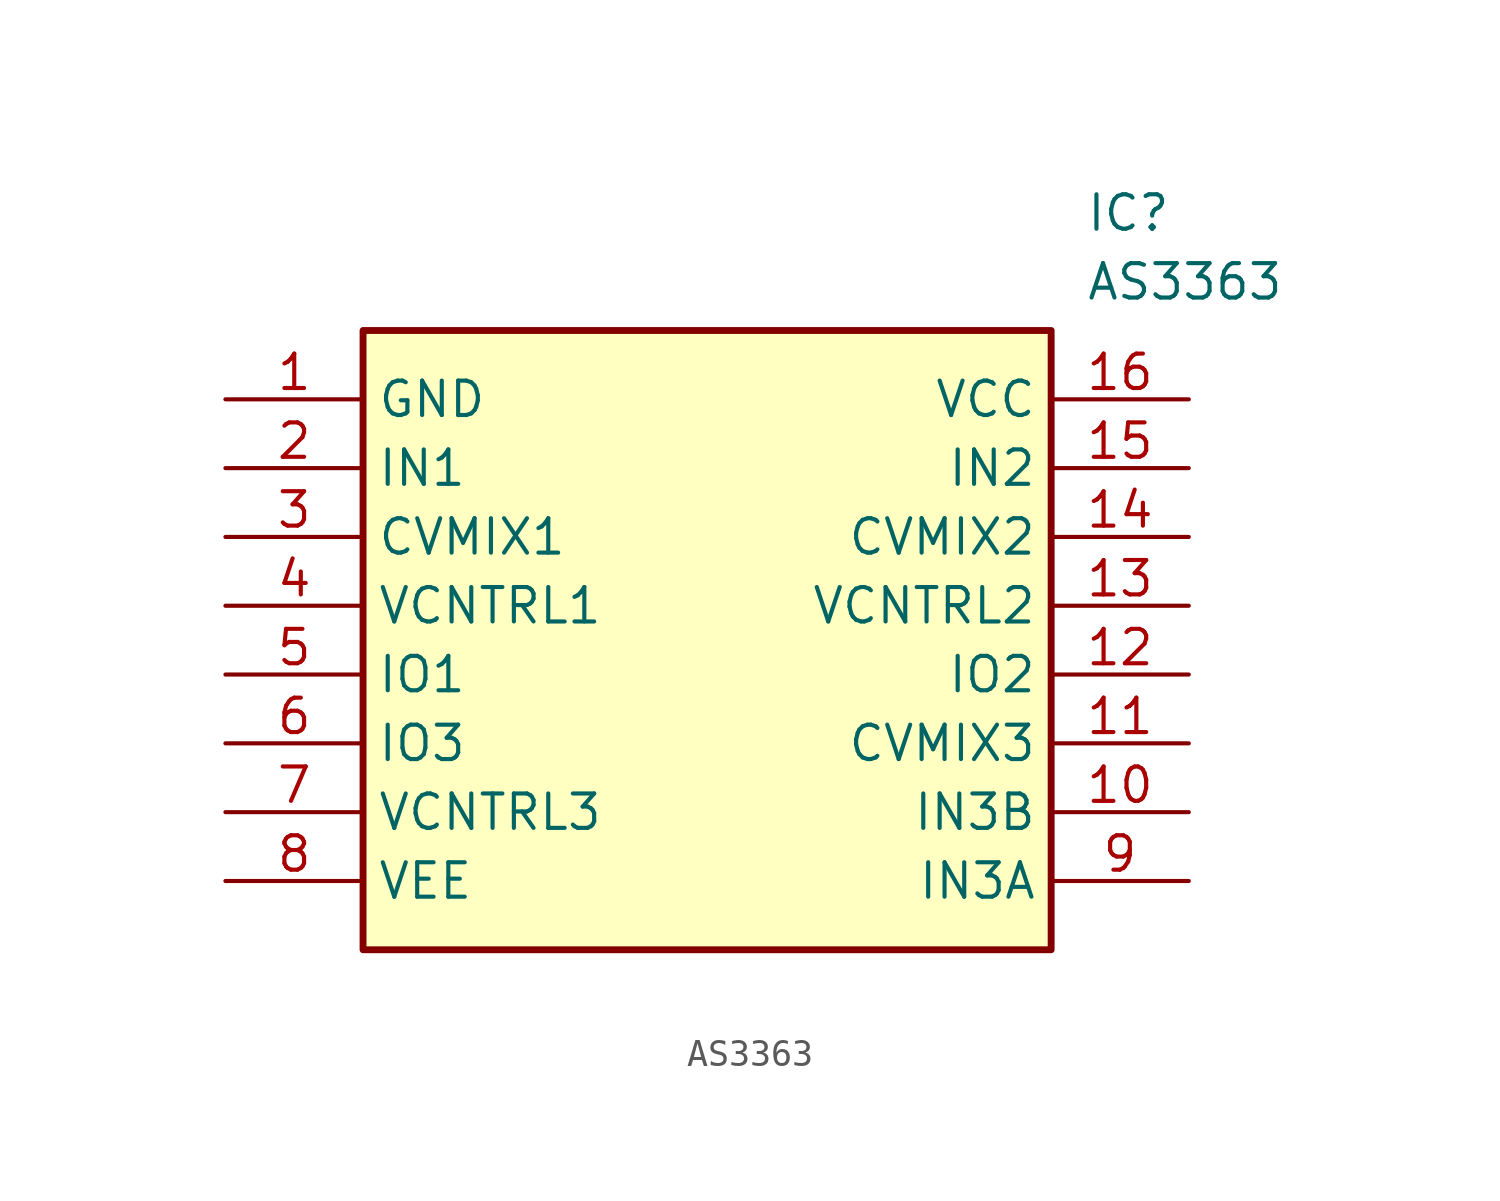
<source format=kicad_sym>
(kicad_symbol_lib
  (version 20211014)
  (generator SamacSys_ECAD_Model)
  (symbol "AS3363"
    (property "Reference" "IC"
      (at 31.75 7.62 0)
      (effects (font (size 1.27 1.27)) (justify left top)))
    (property "Value" "AS3363"
      (at 31.75 5.08 0)
      (effects (font (size 1.27 1.27)) (justify left top)))
    (rectangle
      (start 5.08 2.54)
      (end 30.48 -20.32)
      (stroke (width 0.254) (type default))
      (fill (type background)))
    (pin passive line
      (at 0 0 0)
      (length 5.08)
      (name "GND" (effects (font (size 1.27 1.27))))
      (number "1" (effects (font (size 1.27 1.27)))))
    (pin passive line
      (at 0 -2.54 0)
      (length 5.08)
      (name "IN1" (effects (font (size 1.27 1.27))))
      (number "2" (effects (font (size 1.27 1.27)))))
    (pin passive line
      (at 0 -5.08 0)
      (length 5.08)
      (name "CVMIX1" (effects (font (size 1.27 1.27))))
      (number "3" (effects (font (size 1.27 1.27)))))
    (pin passive line
      (at 0 -7.62 0)
      (length 5.08)
      (name "VCNTRL1" (effects (font (size 1.27 1.27))))
      (number "4" (effects (font (size 1.27 1.27)))))
    (pin passive line
      (at 0 -10.16 0)
      (length 5.08)
      (name "IO1" (effects (font (size 1.27 1.27))))
      (number "5" (effects (font (size 1.27 1.27)))))
    (pin passive line
      (at 0 -12.7 0)
      (length 5.08)
      (name "IO3" (effects (font (size 1.27 1.27))))
      (number "6" (effects (font (size 1.27 1.27)))))
    (pin passive line
      (at 0 -15.24 0)
      (length 5.08)
      (name "VCNTRL3" (effects (font (size 1.27 1.27))))
      (number "7" (effects (font (size 1.27 1.27)))))
    (pin passive line
      (at 0 -17.78 0)
      (length 5.08)
      (name "VEE" (effects (font (size 1.27 1.27))))
      (number "8" (effects (font (size 1.27 1.27)))))
    (pin passive line
      (at 35.56 0 180)
      (length 5.08)
      (name "VCC" (effects (font (size 1.27 1.27))))
      (number "16" (effects (font (size 1.27 1.27)))))
    (pin passive line
      (at 35.56 -2.54 180)
      (length 5.08)
      (name "IN2" (effects (font (size 1.27 1.27))))
      (number "15" (effects (font (size 1.27 1.27)))))
    (pin passive line
      (at 35.56 -5.08 180)
      (length 5.08)
      (name "CVMIX2" (effects (font (size 1.27 1.27))))
      (number "14" (effects (font (size 1.27 1.27)))))
    (pin passive line
      (at 35.56 -7.62 180)
      (length 5.08)
      (name "VCNTRL2" (effects (font (size 1.27 1.27))))
      (number "13" (effects (font (size 1.27 1.27)))))
    (pin passive line
      (at 35.56 -10.16 180)
      (length 5.08)
      (name "IO2" (effects (font (size 1.27 1.27))))
      (number "12" (effects (font (size 1.27 1.27)))))
    (pin passive line
      (at 35.56 -12.7 180)
      (length 5.08)
      (name "CVMIX3" (effects (font (size 1.27 1.27))))
      (number "11" (effects (font (size 1.27 1.27)))))
    (pin passive line
      (at 35.56 -15.24 180)
      (length 5.08)
      (name "IN3B" (effects (font (size 1.27 1.27))))
      (number "10" (effects (font (size 1.27 1.27)))))
    (pin passive line
      (at 35.56 -17.78 180)
      (length 5.08)
      (name "IN3A" (effects (font (size 1.27 1.27))))
      (number "9" (effects (font (size 1.27 1.27)))))))
</source>
